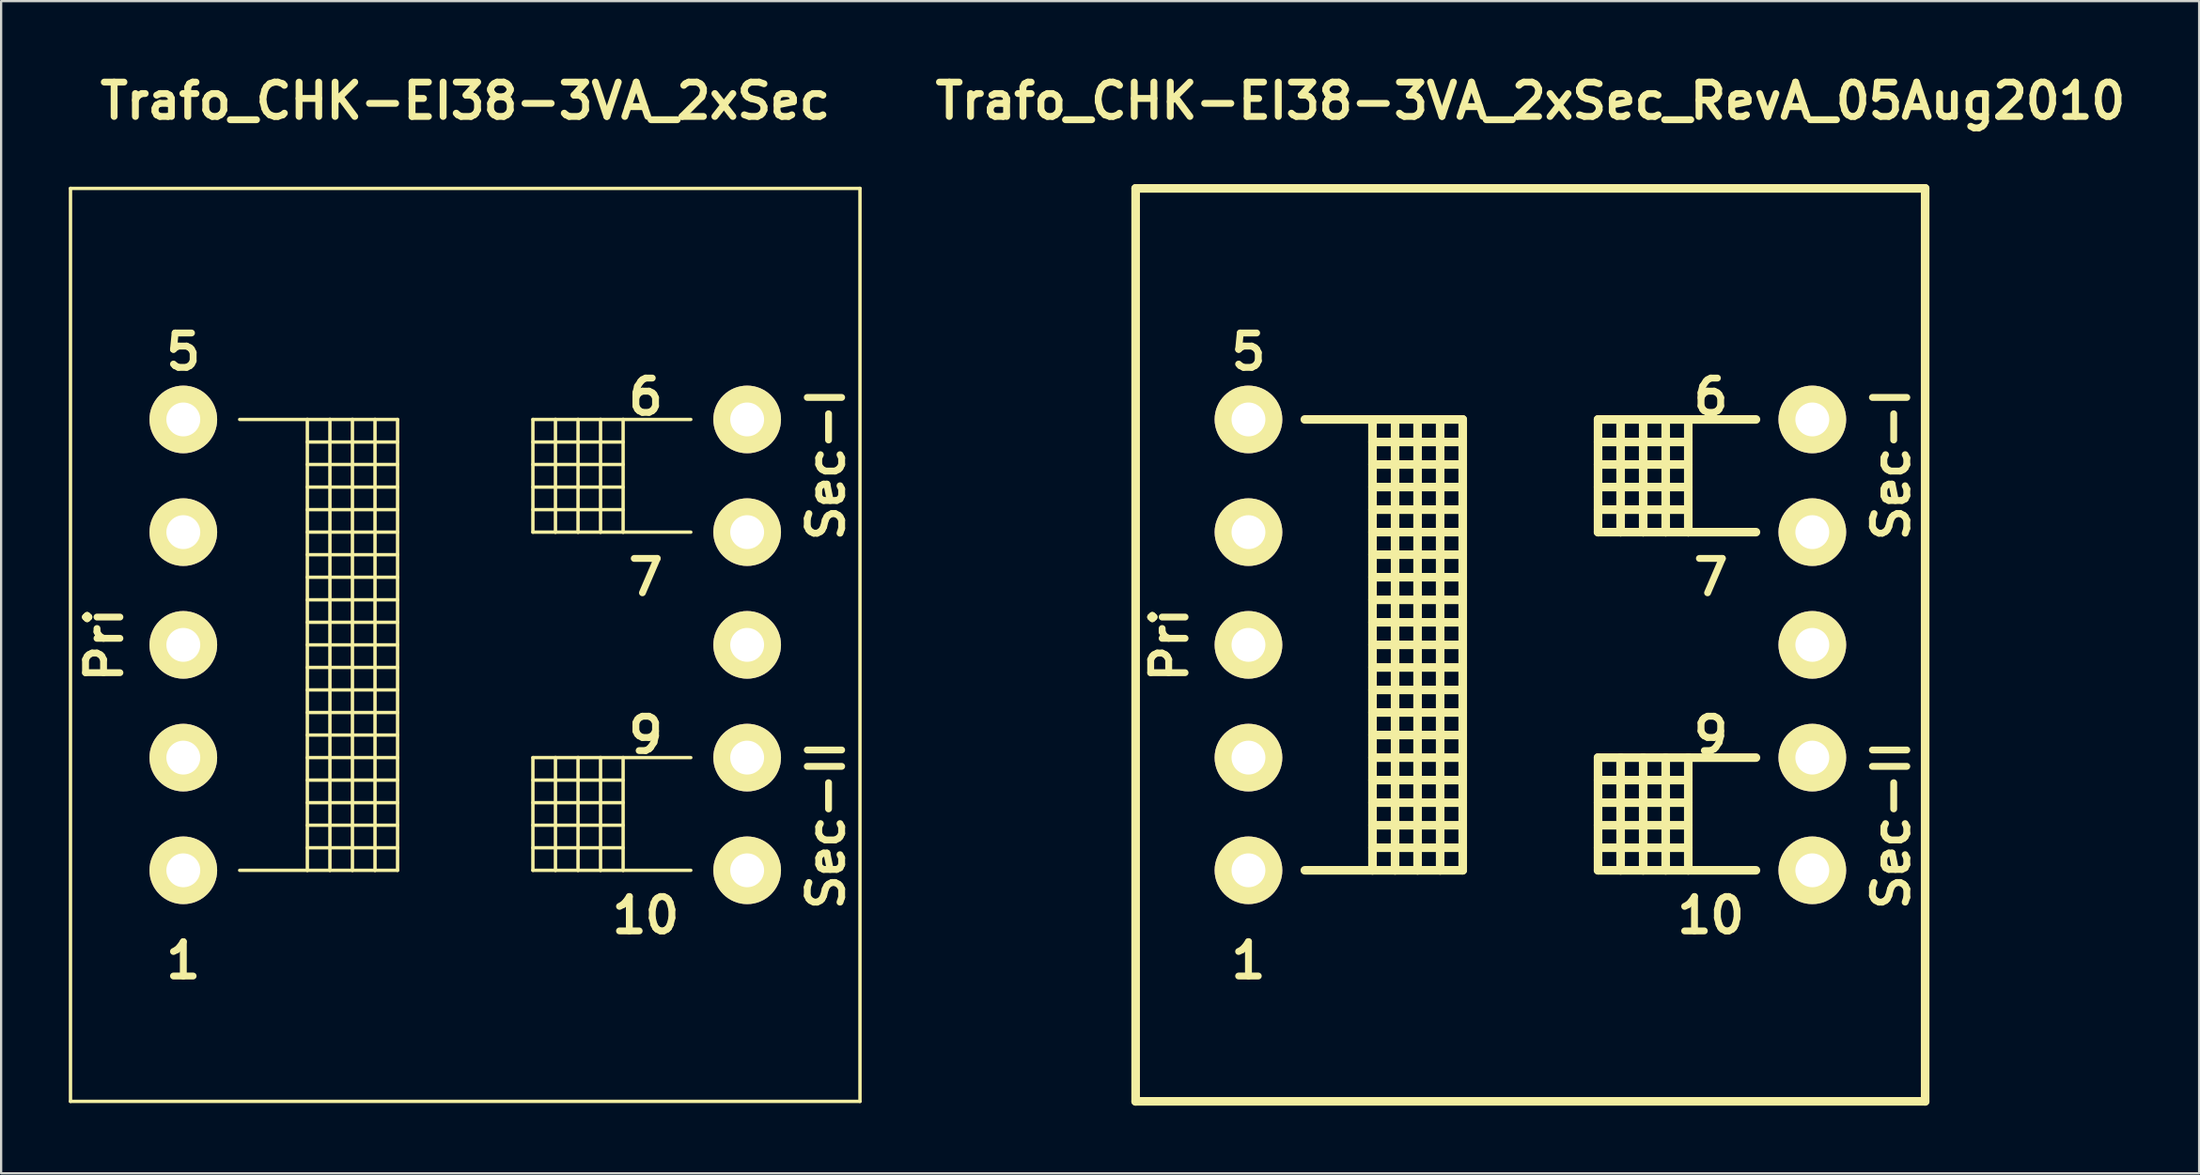
<source format=kicad_pcb>
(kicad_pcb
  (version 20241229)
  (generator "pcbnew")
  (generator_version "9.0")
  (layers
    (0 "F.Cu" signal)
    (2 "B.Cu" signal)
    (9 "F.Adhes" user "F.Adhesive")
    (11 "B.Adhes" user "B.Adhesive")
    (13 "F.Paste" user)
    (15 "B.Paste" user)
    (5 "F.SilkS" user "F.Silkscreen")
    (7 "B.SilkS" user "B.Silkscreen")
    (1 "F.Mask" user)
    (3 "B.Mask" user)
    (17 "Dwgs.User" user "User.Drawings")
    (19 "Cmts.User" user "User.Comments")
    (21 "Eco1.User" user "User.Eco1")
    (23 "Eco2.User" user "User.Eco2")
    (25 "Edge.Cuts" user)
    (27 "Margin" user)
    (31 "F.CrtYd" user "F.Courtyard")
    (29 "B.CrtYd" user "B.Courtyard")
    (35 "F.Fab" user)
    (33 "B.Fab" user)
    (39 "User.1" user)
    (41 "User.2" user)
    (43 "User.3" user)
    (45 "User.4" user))
  (footprint "Trafo_CHK-EI38-3VA_2xSec_RevA_05Aug2010"
    (layer "F.Cu")
    (at 64.799 25.556)
    (property "Reference" "Trafo_CHK-EI38-3VA_2xSec_RevA_05Aug2010" (at 0 -24.13 0) (layer "F.SilkS") (effects (font (size 1.524 1.524) (thickness 0.305))))
    (attr through_hole)
    (fp_line (start -17.501 -20.249) (end -17.501 20.249) (stroke (width 0.381) (type solid)) (layer "F.SilkS"))
    (fp_line (start -17.501 20.249) (end 17.501 20.249) (stroke (width 0.381) (type solid)) (layer "F.SilkS"))
    (fp_line (start -10 -10) (end -7 -10) (stroke (width 0.381) (type solid)) (layer "F.SilkS"))
    (fp_line (start -7 -10) (end -7 10) (stroke (width 0.381) (type solid)) (layer "F.SilkS"))
    (fp_line (start -7 -10) (end -5.999 -10) (stroke (width 0.381) (type solid)) (layer "F.SilkS"))
    (fp_line (start -7 -8.999) (end -3 -8.999) (stroke (width 0.381) (type solid)) (layer "F.SilkS"))
    (fp_line (start -7 -8.001) (end -3 -8.001) (stroke (width 0.381) (type solid)) (layer "F.SilkS"))
    (fp_line (start -7 -7) (end -3 -7) (stroke (width 0.381) (type solid)) (layer "F.SilkS"))
    (fp_line (start -7 -5.999) (end -3 -5.999) (stroke (width 0.381) (type solid)) (layer "F.SilkS"))
    (fp_line (start -7 -5.001) (end -3 -5.001) (stroke (width 0.381) (type solid)) (layer "F.SilkS"))
    (fp_line (start -7 -4) (end -3 -4) (stroke (width 0.381) (type solid)) (layer "F.SilkS"))
    (fp_line (start -7 -3) (end -3 -3) (stroke (width 0.381) (type solid)) (layer "F.SilkS"))
    (fp_line (start -7 -1.999) (end -3 -1.999) (stroke (width 0.381) (type solid)) (layer "F.SilkS"))
    (fp_line (start -7 -1.001) (end -3 -1.001) (stroke (width 0.381) (type solid)) (layer "F.SilkS"))
    (fp_line (start -7 0) (end -3 0) (stroke (width 0.381) (type solid)) (layer "F.SilkS"))
    (fp_line (start -7 1.001) (end -3 1.001) (stroke (width 0.381) (type solid)) (layer "F.SilkS"))
    (fp_line (start -7 1.999) (end -3 1.999) (stroke (width 0.381) (type solid)) (layer "F.SilkS"))
    (fp_line (start -7 3) (end -3 3) (stroke (width 0.381) (type solid)) (layer "F.SilkS"))
    (fp_line (start -7 4) (end -3 4) (stroke (width 0.381) (type solid)) (layer "F.SilkS"))
    (fp_line (start -7 5.001) (end -3 5.001) (stroke (width 0.381) (type solid)) (layer "F.SilkS"))
    (fp_line (start -7 5.999) (end -3 5.999) (stroke (width 0.381) (type solid)) (layer "F.SilkS"))
    (fp_line (start -7 7) (end -3 7) (stroke (width 0.381) (type solid)) (layer "F.SilkS"))
    (fp_line (start -7 8.001) (end -3 8.001) (stroke (width 0.381) (type solid)) (layer "F.SilkS"))
    (fp_line (start -7 8.999) (end -3 8.999) (stroke (width 0.381) (type solid)) (layer "F.SilkS"))
    (fp_line (start -7 10) (end -10 10) (stroke (width 0.381) (type solid)) (layer "F.SilkS"))
    (fp_line (start -5.999 -10) (end -5.999 10) (stroke (width 0.381) (type solid)) (layer "F.SilkS"))
    (fp_line (start -5.999 -10) (end -5.001 -10) (stroke (width 0.381) (type solid)) (layer "F.SilkS"))
    (fp_line (start -5.999 10) (end -7 10) (stroke (width 0.381) (type solid)) (layer "F.SilkS"))
    (fp_line (start -5.001 -10) (end -5.001 10) (stroke (width 0.381) (type solid)) (layer "F.SilkS"))
    (fp_line (start -5.001 -10) (end -4 -10) (stroke (width 0.381) (type solid)) (layer "F.SilkS"))
    (fp_line (start -5.001 10) (end -5.999 10) (stroke (width 0.381) (type solid)) (layer "F.SilkS"))
    (fp_line (start -4 -10) (end -4 10) (stroke (width 0.381) (type solid)) (layer "F.SilkS"))
    (fp_line (start -4 -10) (end -3 -10) (stroke (width 0.381) (type solid)) (layer "F.SilkS"))
    (fp_line (start -4 10) (end -5.001 10) (stroke (width 0.381) (type solid)) (layer "F.SilkS"))
    (fp_line (start -3 -10) (end -3 10) (stroke (width 0.381) (type solid)) (layer "F.SilkS"))
    (fp_line (start -3 10) (end -4 10) (stroke (width 0.381) (type solid)) (layer "F.SilkS"))
    (fp_line (start 3 -10) (end 3 -5.001) (stroke (width 0.381) (type solid)) (layer "F.SilkS"))
    (fp_line (start 3 -8.999) (end 7 -8.999) (stroke (width 0.381) (type solid)) (layer "F.SilkS"))
    (fp_line (start 3 -7) (end 7 -7) (stroke (width 0.381) (type solid)) (layer "F.SilkS"))
    (fp_line (start 3 -5.001) (end 4 -5.001) (stroke (width 0.381) (type solid)) (layer "F.SilkS"))
    (fp_line (start 3 5.001) (end 3 10) (stroke (width 0.381) (type solid)) (layer "F.SilkS"))
    (fp_line (start 3 5.999) (end 7 5.999) (stroke (width 0.381) (type solid)) (layer "F.SilkS"))
    (fp_line (start 3 7) (end 7 7) (stroke (width 0.381) (type solid)) (layer "F.SilkS"))
    (fp_line (start 3 8.001) (end 7 8.001) (stroke (width 0.381) (type solid)) (layer "F.SilkS"))
    (fp_line (start 3 8.999) (end 7 8.999) (stroke (width 0.381) (type solid)) (layer "F.SilkS"))
    (fp_line (start 3 10) (end 4 10) (stroke (width 0.381) (type solid)) (layer "F.SilkS"))
    (fp_line (start 4 -10) (end 3 -10) (stroke (width 0.381) (type solid)) (layer "F.SilkS"))
    (fp_line (start 4 -10) (end 4 -5.001) (stroke (width 0.381) (type solid)) (layer "F.SilkS"))
    (fp_line (start 4 -5.001) (end 5.001 -5.001) (stroke (width 0.381) (type solid)) (layer "F.SilkS"))
    (fp_line (start 4 5.001) (end 3 5.001) (stroke (width 0.381) (type solid)) (layer "F.SilkS"))
    (fp_line (start 4 5.001) (end 4 10) (stroke (width 0.381) (type solid)) (layer "F.SilkS"))
    (fp_line (start 4 10) (end 5.001 10) (stroke (width 0.381) (type solid)) (layer "F.SilkS"))
    (fp_line (start 5.001 -10) (end 4 -10) (stroke (width 0.381) (type solid)) (layer "F.SilkS"))
    (fp_line (start 5.001 -10) (end 5.001 -5.001) (stroke (width 0.381) (type solid)) (layer "F.SilkS"))
    (fp_line (start 5.001 -5.001) (end 5.999 -5.001) (stroke (width 0.381) (type solid)) (layer "F.SilkS"))
    (fp_line (start 5.001 5.001) (end 4 5.001) (stroke (width 0.381) (type solid)) (layer "F.SilkS"))
    (fp_line (start 5.001 5.001) (end 5.001 10) (stroke (width 0.381) (type solid)) (layer "F.SilkS"))
    (fp_line (start 5.001 10) (end 5.999 10) (stroke (width 0.381) (type solid)) (layer "F.SilkS"))
    (fp_line (start 5.999 -10) (end 5.001 -10) (stroke (width 0.381) (type solid)) (layer "F.SilkS"))
    (fp_line (start 5.999 -10) (end 5.999 -5.001) (stroke (width 0.381) (type solid)) (layer "F.SilkS"))
    (fp_line (start 5.999 -5.001) (end 7 -5.001) (stroke (width 0.381) (type solid)) (layer "F.SilkS"))
    (fp_line (start 5.999 5.001) (end 5.001 5.001) (stroke (width 0.381) (type solid)) (layer "F.SilkS"))
    (fp_line (start 5.999 5.001) (end 5.999 10) (stroke (width 0.381) (type solid)) (layer "F.SilkS"))
    (fp_line (start 5.999 10) (end 7 10) (stroke (width 0.381) (type solid)) (layer "F.SilkS"))
    (fp_line (start 7 -10) (end 5.999 -10) (stroke (width 0.381) (type solid)) (layer "F.SilkS"))
    (fp_line (start 7 -10) (end 7 -5.001) (stroke (width 0.381) (type solid)) (layer "F.SilkS"))
    (fp_line (start 7 -8.001) (end 3 -8.001) (stroke (width 0.381) (type solid)) (layer "F.SilkS"))
    (fp_line (start 7 -5.999) (end 3 -5.999) (stroke (width 0.381) (type solid)) (layer "F.SilkS"))
    (fp_line (start 7 -5.001) (end 10 -5.001) (stroke (width 0.381) (type solid)) (layer "F.SilkS"))
    (fp_line (start 7 5.001) (end 5.999 5.001) (stroke (width 0.381) (type solid)) (layer "F.SilkS"))
    (fp_line (start 7 5.001) (end 7 10) (stroke (width 0.381) (type solid)) (layer "F.SilkS"))
    (fp_line (start 7 10) (end 10 10) (stroke (width 0.381) (type solid)) (layer "F.SilkS"))
    (fp_line (start 10 -10) (end 7 -10) (stroke (width 0.381) (type solid)) (layer "F.SilkS"))
    (fp_line (start 10 5.001) (end 7 5.001) (stroke (width 0.381) (type solid)) (layer "F.SilkS"))
    (fp_line (start 17.501 -20.249) (end -17.501 -20.249) (stroke (width 0.381) (type solid)) (layer "F.SilkS"))
    (fp_line (start 17.501 20.249) (end 17.501 -20.249) (stroke (width 0.381) (type solid)) (layer "F.SilkS"))
    (fp_text user "9" (at 8.001 4 0) (layer "F.SilkS") (effects (font (size 1.524 1.524) (thickness 0.305))))
    (fp_text user "6" (at 8.001 -11.001 0) (layer "F.SilkS") (effects (font (size 1.524 1.524) (thickness 0.305))))
    (fp_text user "5" (at -12.499 -13 0) (layer "F.SilkS") (effects (font (size 1.524 1.524) (thickness 0.305))))
    (fp_text user "Sec-I" (at 15.999 -8.001 90) (layer "F.SilkS") (effects (font (size 1.524 1.524) (thickness 0.305))))
    (fp_text user "1" (at -12.499 14 0) (layer "F.SilkS") (effects (font (size 1.524 1.524) (thickness 0.305))))
    (fp_text user "Sec-II" (at 15.999 8.001 90) (layer "F.SilkS") (effects (font (size 1.524 1.524) (thickness 0.305))))
    (fp_text user "7" (at 8.001 -3 0) (layer "F.SilkS") (effects (font (size 1.524 1.524) (thickness 0.305))))
    (fp_text user "Pri" (at -15.999 0 90) (layer "F.SilkS") (effects (font (size 1.524 1.524) (thickness 0.305))))
    (fp_text user "10" (at 8.001 11.999 0) (layer "F.SilkS") (effects (font (size 1.524 1.524) (thickness 0.305))))
    (pad "1" thru_hole circle (at -12.499 10) (size 3 3) (drill 1.501) (layers "*.Cu" "*.Mask" "F.SilkS"))
    (pad "2" thru_hole circle (at -12.499 5.001) (size 3 3) (drill 1.501) (layers "*.Cu" "*.Mask" "F.SilkS"))
    (pad "3" thru_hole circle (at -12.499 0) (size 3 3) (drill 1.501) (layers "*.Cu" "*.Mask" "F.SilkS"))
    (pad "4" thru_hole circle (at -12.499 -5.001) (size 3 3) (drill 1.501) (layers "*.Cu" "*.Mask" "F.SilkS"))
    (pad "5" thru_hole circle (at -12.499 -10) (size 3 3) (drill 1.501) (layers "*.Cu" "*.Mask" "F.SilkS"))
    (pad "6" thru_hole circle (at 12.499 -10) (size 3 3) (drill 1.501) (layers "*.Cu" "*.Mask" "F.SilkS"))
    (pad "7" thru_hole circle (at 12.499 -5.001) (size 3 3) (drill 1.501) (layers "*.Cu" "*.Mask" "F.SilkS"))
    (pad "8" thru_hole circle (at 12.499 0) (size 3 3) (drill 1.501) (layers "*.Cu" "*.Mask" "F.SilkS"))
    (pad "9" thru_hole circle (at 12.499 5.001) (size 3 3) (drill 1.501) (layers "*.Cu" "*.Mask" "F.SilkS"))
    (pad "10" thru_hole circle (at 12.499 10) (size 3 3) (drill 1.501) (layers "*.Cu" "*.Mask" "F.SilkS")))
  (footprint "Trafo_CHK-EI38-3VA_2xSec"
    (layer "F.Cu")
    (at 17.576 25.556)
    (property "Reference" "Trafo_CHK-EI38-3VA_2xSec" (at 0 -24.13 0) (layer "F.SilkS") (effects (font (size 1.524 1.524) (thickness 0.305))))
    (attr through_hole)
    (fp_line (start -17.501 -20.249) (end -17.501 20.249) (stroke (width 0.15) (type solid)) (layer "F.SilkS"))
    (fp_line (start -17.501 20.249) (end 17.501 20.249) (stroke (width 0.15) (type solid)) (layer "F.SilkS"))
    (fp_line (start -10 -10) (end -7 -10) (stroke (width 0.15) (type solid)) (layer "F.SilkS"))
    (fp_line (start -7 -10) (end -7 10) (stroke (width 0.15) (type solid)) (layer "F.SilkS"))
    (fp_line (start -7 -10) (end -5.999 -10) (stroke (width 0.15) (type solid)) (layer "F.SilkS"))
    (fp_line (start -7 -8.999) (end -3 -8.999) (stroke (width 0.15) (type solid)) (layer "F.SilkS"))
    (fp_line (start -7 -8.001) (end -3 -8.001) (stroke (width 0.15) (type solid)) (layer "F.SilkS"))
    (fp_line (start -7 -7) (end -3 -7) (stroke (width 0.15) (type solid)) (layer "F.SilkS"))
    (fp_line (start -7 -5.999) (end -3 -5.999) (stroke (width 0.15) (type solid)) (layer "F.SilkS"))
    (fp_line (start -7 -5.001) (end -3 -5.001) (stroke (width 0.15) (type solid)) (layer "F.SilkS"))
    (fp_line (start -7 -4) (end -3 -4) (stroke (width 0.15) (type solid)) (layer "F.SilkS"))
    (fp_line (start -7 -3) (end -3 -3) (stroke (width 0.15) (type solid)) (layer "F.SilkS"))
    (fp_line (start -7 -1.999) (end -3 -1.999) (stroke (width 0.15) (type solid)) (layer "F.SilkS"))
    (fp_line (start -7 -1.001) (end -3 -1.001) (stroke (width 0.15) (type solid)) (layer "F.SilkS"))
    (fp_line (start -7 0) (end -3 0) (stroke (width 0.15) (type solid)) (layer "F.SilkS"))
    (fp_line (start -7 1.001) (end -3 1.001) (stroke (width 0.15) (type solid)) (layer "F.SilkS"))
    (fp_line (start -7 1.999) (end -3 1.999) (stroke (width 0.15) (type solid)) (layer "F.SilkS"))
    (fp_line (start -7 3) (end -3 3) (stroke (width 0.15) (type solid)) (layer "F.SilkS"))
    (fp_line (start -7 4) (end -3 4) (stroke (width 0.15) (type solid)) (layer "F.SilkS"))
    (fp_line (start -7 5.001) (end -3 5.001) (stroke (width 0.15) (type solid)) (layer "F.SilkS"))
    (fp_line (start -7 5.999) (end -3 5.999) (stroke (width 0.15) (type solid)) (layer "F.SilkS"))
    (fp_line (start -7 7) (end -3 7) (stroke (width 0.15) (type solid)) (layer "F.SilkS"))
    (fp_line (start -7 8.001) (end -3 8.001) (stroke (width 0.15) (type solid)) (layer "F.SilkS"))
    (fp_line (start -7 8.999) (end -3 8.999) (stroke (width 0.15) (type solid)) (layer "F.SilkS"))
    (fp_line (start -7 10) (end -10 10) (stroke (width 0.15) (type solid)) (layer "F.SilkS"))
    (fp_line (start -5.999 -10) (end -5.999 10) (stroke (width 0.15) (type solid)) (layer "F.SilkS"))
    (fp_line (start -5.999 -10) (end -5.001 -10) (stroke (width 0.15) (type solid)) (layer "F.SilkS"))
    (fp_line (start -5.999 10) (end -7 10) (stroke (width 0.15) (type solid)) (layer "F.SilkS"))
    (fp_line (start -5.001 -10) (end -5.001 10) (stroke (width 0.15) (type solid)) (layer "F.SilkS"))
    (fp_line (start -5.001 -10) (end -4 -10) (stroke (width 0.15) (type solid)) (layer "F.SilkS"))
    (fp_line (start -5.001 10) (end -5.999 10) (stroke (width 0.15) (type solid)) (layer "F.SilkS"))
    (fp_line (start -4 -10) (end -4 10) (stroke (width 0.15) (type solid)) (layer "F.SilkS"))
    (fp_line (start -4 -10) (end -3 -10) (stroke (width 0.15) (type solid)) (layer "F.SilkS"))
    (fp_line (start -4 10) (end -5.001 10) (stroke (width 0.15) (type solid)) (layer "F.SilkS"))
    (fp_line (start -3 -10) (end -3 10) (stroke (width 0.15) (type solid)) (layer "F.SilkS"))
    (fp_line (start -3 10) (end -4 10) (stroke (width 0.15) (type solid)) (layer "F.SilkS"))
    (fp_line (start 3 -10) (end 3 -5.001) (stroke (width 0.15) (type solid)) (layer "F.SilkS"))
    (fp_line (start 3 -8.999) (end 7 -8.999) (stroke (width 0.15) (type solid)) (layer "F.SilkS"))
    (fp_line (start 3 -7) (end 7 -7) (stroke (width 0.15) (type solid)) (layer "F.SilkS"))
    (fp_line (start 3 -5.001) (end 4 -5.001) (stroke (width 0.15) (type solid)) (layer "F.SilkS"))
    (fp_line (start 3 5.001) (end 3 10) (stroke (width 0.15) (type solid)) (layer "F.SilkS"))
    (fp_line (start 3 5.999) (end 7 5.999) (stroke (width 0.15) (type solid)) (layer "F.SilkS"))
    (fp_line (start 3 7) (end 7 7) (stroke (width 0.15) (type solid)) (layer "F.SilkS"))
    (fp_line (start 3 8.001) (end 7 8.001) (stroke (width 0.15) (type solid)) (layer "F.SilkS"))
    (fp_line (start 3 8.999) (end 7 8.999) (stroke (width 0.15) (type solid)) (layer "F.SilkS"))
    (fp_line (start 3 10) (end 4 10) (stroke (width 0.15) (type solid)) (layer "F.SilkS"))
    (fp_line (start 4 -10) (end 3 -10) (stroke (width 0.15) (type solid)) (layer "F.SilkS"))
    (fp_line (start 4 -10) (end 4 -5.001) (stroke (width 0.15) (type solid)) (layer "F.SilkS"))
    (fp_line (start 4 -5.001) (end 5.001 -5.001) (stroke (width 0.15) (type solid)) (layer "F.SilkS"))
    (fp_line (start 4 5.001) (end 3 5.001) (stroke (width 0.15) (type solid)) (layer "F.SilkS"))
    (fp_line (start 4 5.001) (end 4 10) (stroke (width 0.15) (type solid)) (layer "F.SilkS"))
    (fp_line (start 4 10) (end 5.001 10) (stroke (width 0.15) (type solid)) (layer "F.SilkS"))
    (fp_line (start 5.001 -10) (end 4 -10) (stroke (width 0.15) (type solid)) (layer "F.SilkS"))
    (fp_line (start 5.001 -10) (end 5.001 -5.001) (stroke (width 0.15) (type solid)) (layer "F.SilkS"))
    (fp_line (start 5.001 -5.001) (end 5.999 -5.001) (stroke (width 0.15) (type solid)) (layer "F.SilkS"))
    (fp_line (start 5.001 5.001) (end 4 5.001) (stroke (width 0.15) (type solid)) (layer "F.SilkS"))
    (fp_line (start 5.001 5.001) (end 5.001 10) (stroke (width 0.15) (type solid)) (layer "F.SilkS"))
    (fp_line (start 5.001 10) (end 5.999 10) (stroke (width 0.15) (type solid)) (layer "F.SilkS"))
    (fp_line (start 5.999 -10) (end 5.001 -10) (stroke (width 0.15) (type solid)) (layer "F.SilkS"))
    (fp_line (start 5.999 -10) (end 5.999 -5.001) (stroke (width 0.15) (type solid)) (layer "F.SilkS"))
    (fp_line (start 5.999 -5.001) (end 7 -5.001) (stroke (width 0.15) (type solid)) (layer "F.SilkS"))
    (fp_line (start 5.999 5.001) (end 5.001 5.001) (stroke (width 0.15) (type solid)) (layer "F.SilkS"))
    (fp_line (start 5.999 5.001) (end 5.999 10) (stroke (width 0.15) (type solid)) (layer "F.SilkS"))
    (fp_line (start 5.999 10) (end 7 10) (stroke (width 0.15) (type solid)) (layer "F.SilkS"))
    (fp_line (start 7 -10) (end 5.999 -10) (stroke (width 0.15) (type solid)) (layer "F.SilkS"))
    (fp_line (start 7 -10) (end 7 -5.001) (stroke (width 0.15) (type solid)) (layer "F.SilkS"))
    (fp_line (start 7 -8.001) (end 3 -8.001) (stroke (width 0.15) (type solid)) (layer "F.SilkS"))
    (fp_line (start 7 -5.999) (end 3 -5.999) (stroke (width 0.15) (type solid)) (layer "F.SilkS"))
    (fp_line (start 7 -5.001) (end 10 -5.001) (stroke (width 0.15) (type solid)) (layer "F.SilkS"))
    (fp_line (start 7 5.001) (end 5.999 5.001) (stroke (width 0.15) (type solid)) (layer "F.SilkS"))
    (fp_line (start 7 5.001) (end 7 10) (stroke (width 0.15) (type solid)) (layer "F.SilkS"))
    (fp_line (start 7 10) (end 10 10) (stroke (width 0.15) (type solid)) (layer "F.SilkS"))
    (fp_line (start 10 -10) (end 7 -10) (stroke (width 0.15) (type solid)) (layer "F.SilkS"))
    (fp_line (start 10 5.001) (end 7 5.001) (stroke (width 0.15) (type solid)) (layer "F.SilkS"))
    (fp_line (start 17.501 -20.249) (end -17.501 -20.249) (stroke (width 0.15) (type solid)) (layer "F.SilkS"))
    (fp_line (start 17.501 20.249) (end 17.501 -20.249) (stroke (width 0.15) (type solid)) (layer "F.SilkS"))
    (fp_text user "Sec-II" (at 15.999 8.001 90) (layer "F.SilkS") (effects (font (size 1.524 1.524) (thickness 0.305))))
    (fp_text user "10" (at 8.001 11.999 0) (layer "F.SilkS") (effects (font (size 1.524 1.524) (thickness 0.305))))
    (fp_text user "1" (at -12.499 14 0) (layer "F.SilkS") (effects (font (size 1.524 1.524) (thickness 0.305))))
    (fp_text user "Pri" (at -15.999 0 90) (layer "F.SilkS") (effects (font (size 1.524 1.524) (thickness 0.305))))
    (fp_text user "Sec-I" (at 15.999 -8.001 90) (layer "F.SilkS") (effects (font (size 1.524 1.524) (thickness 0.305))))
    (fp_text user "5" (at -12.499 -13 0) (layer "F.SilkS") (effects (font (size 1.524 1.524) (thickness 0.305))))
    (fp_text user "9" (at 8.001 4 0) (layer "F.SilkS") (effects (font (size 1.524 1.524) (thickness 0.305))))
    (fp_text user "6" (at 8.001 -11.001 0) (layer "F.SilkS") (effects (font (size 1.524 1.524) (thickness 0.305))))
    (fp_text user "7" (at 8.001 -3 0) (layer "F.SilkS") (effects (font (size 1.524 1.524) (thickness 0.305))))
    (pad "1" thru_hole circle (at -12.499 10) (size 3 3) (drill 1.501) (layers "*.Cu" "*.Mask" "F.SilkS"))
    (pad "2" thru_hole circle (at -12.499 5.001) (size 3 3) (drill 1.501) (layers "*.Cu" "*.Mask" "F.SilkS"))
    (pad "3" thru_hole circle (at -12.499 0) (size 3 3) (drill 1.501) (layers "*.Cu" "*.Mask" "F.SilkS"))
    (pad "4" thru_hole circle (at -12.499 -5.001) (size 3 3) (drill 1.501) (layers "*.Cu" "*.Mask" "F.SilkS"))
    (pad "5" thru_hole circle (at -12.499 -10) (size 3 3) (drill 1.501) (layers "*.Cu" "*.Mask" "F.SilkS"))
    (pad "6" thru_hole circle (at 12.499 -10) (size 3 3) (drill 1.501) (layers "*.Cu" "*.Mask" "F.SilkS"))
    (pad "7" thru_hole circle (at 12.499 -5.001) (size 3 3) (drill 1.501) (layers "*.Cu" "*.Mask" "F.SilkS"))
    (pad "8" thru_hole circle (at 12.499 0) (size 3 3) (drill 1.501) (layers "*.Cu" "*.Mask" "F.SilkS"))
    (pad "9" thru_hole circle (at 12.499 5.001) (size 3 3) (drill 1.501) (layers "*.Cu" "*.Mask" "F.SilkS"))
    (pad "10" thru_hole circle (at 12.499 10) (size 3 3) (drill 1.501) (layers "*.Cu" "*.Mask" "F.SilkS")))
  (gr_rect
    (start -3 -3)
    (end 94.448 48.996)
    (stroke (width 0.1) (type default))
    (fill no)
    (layer "Edge.Cuts")))
</source>
